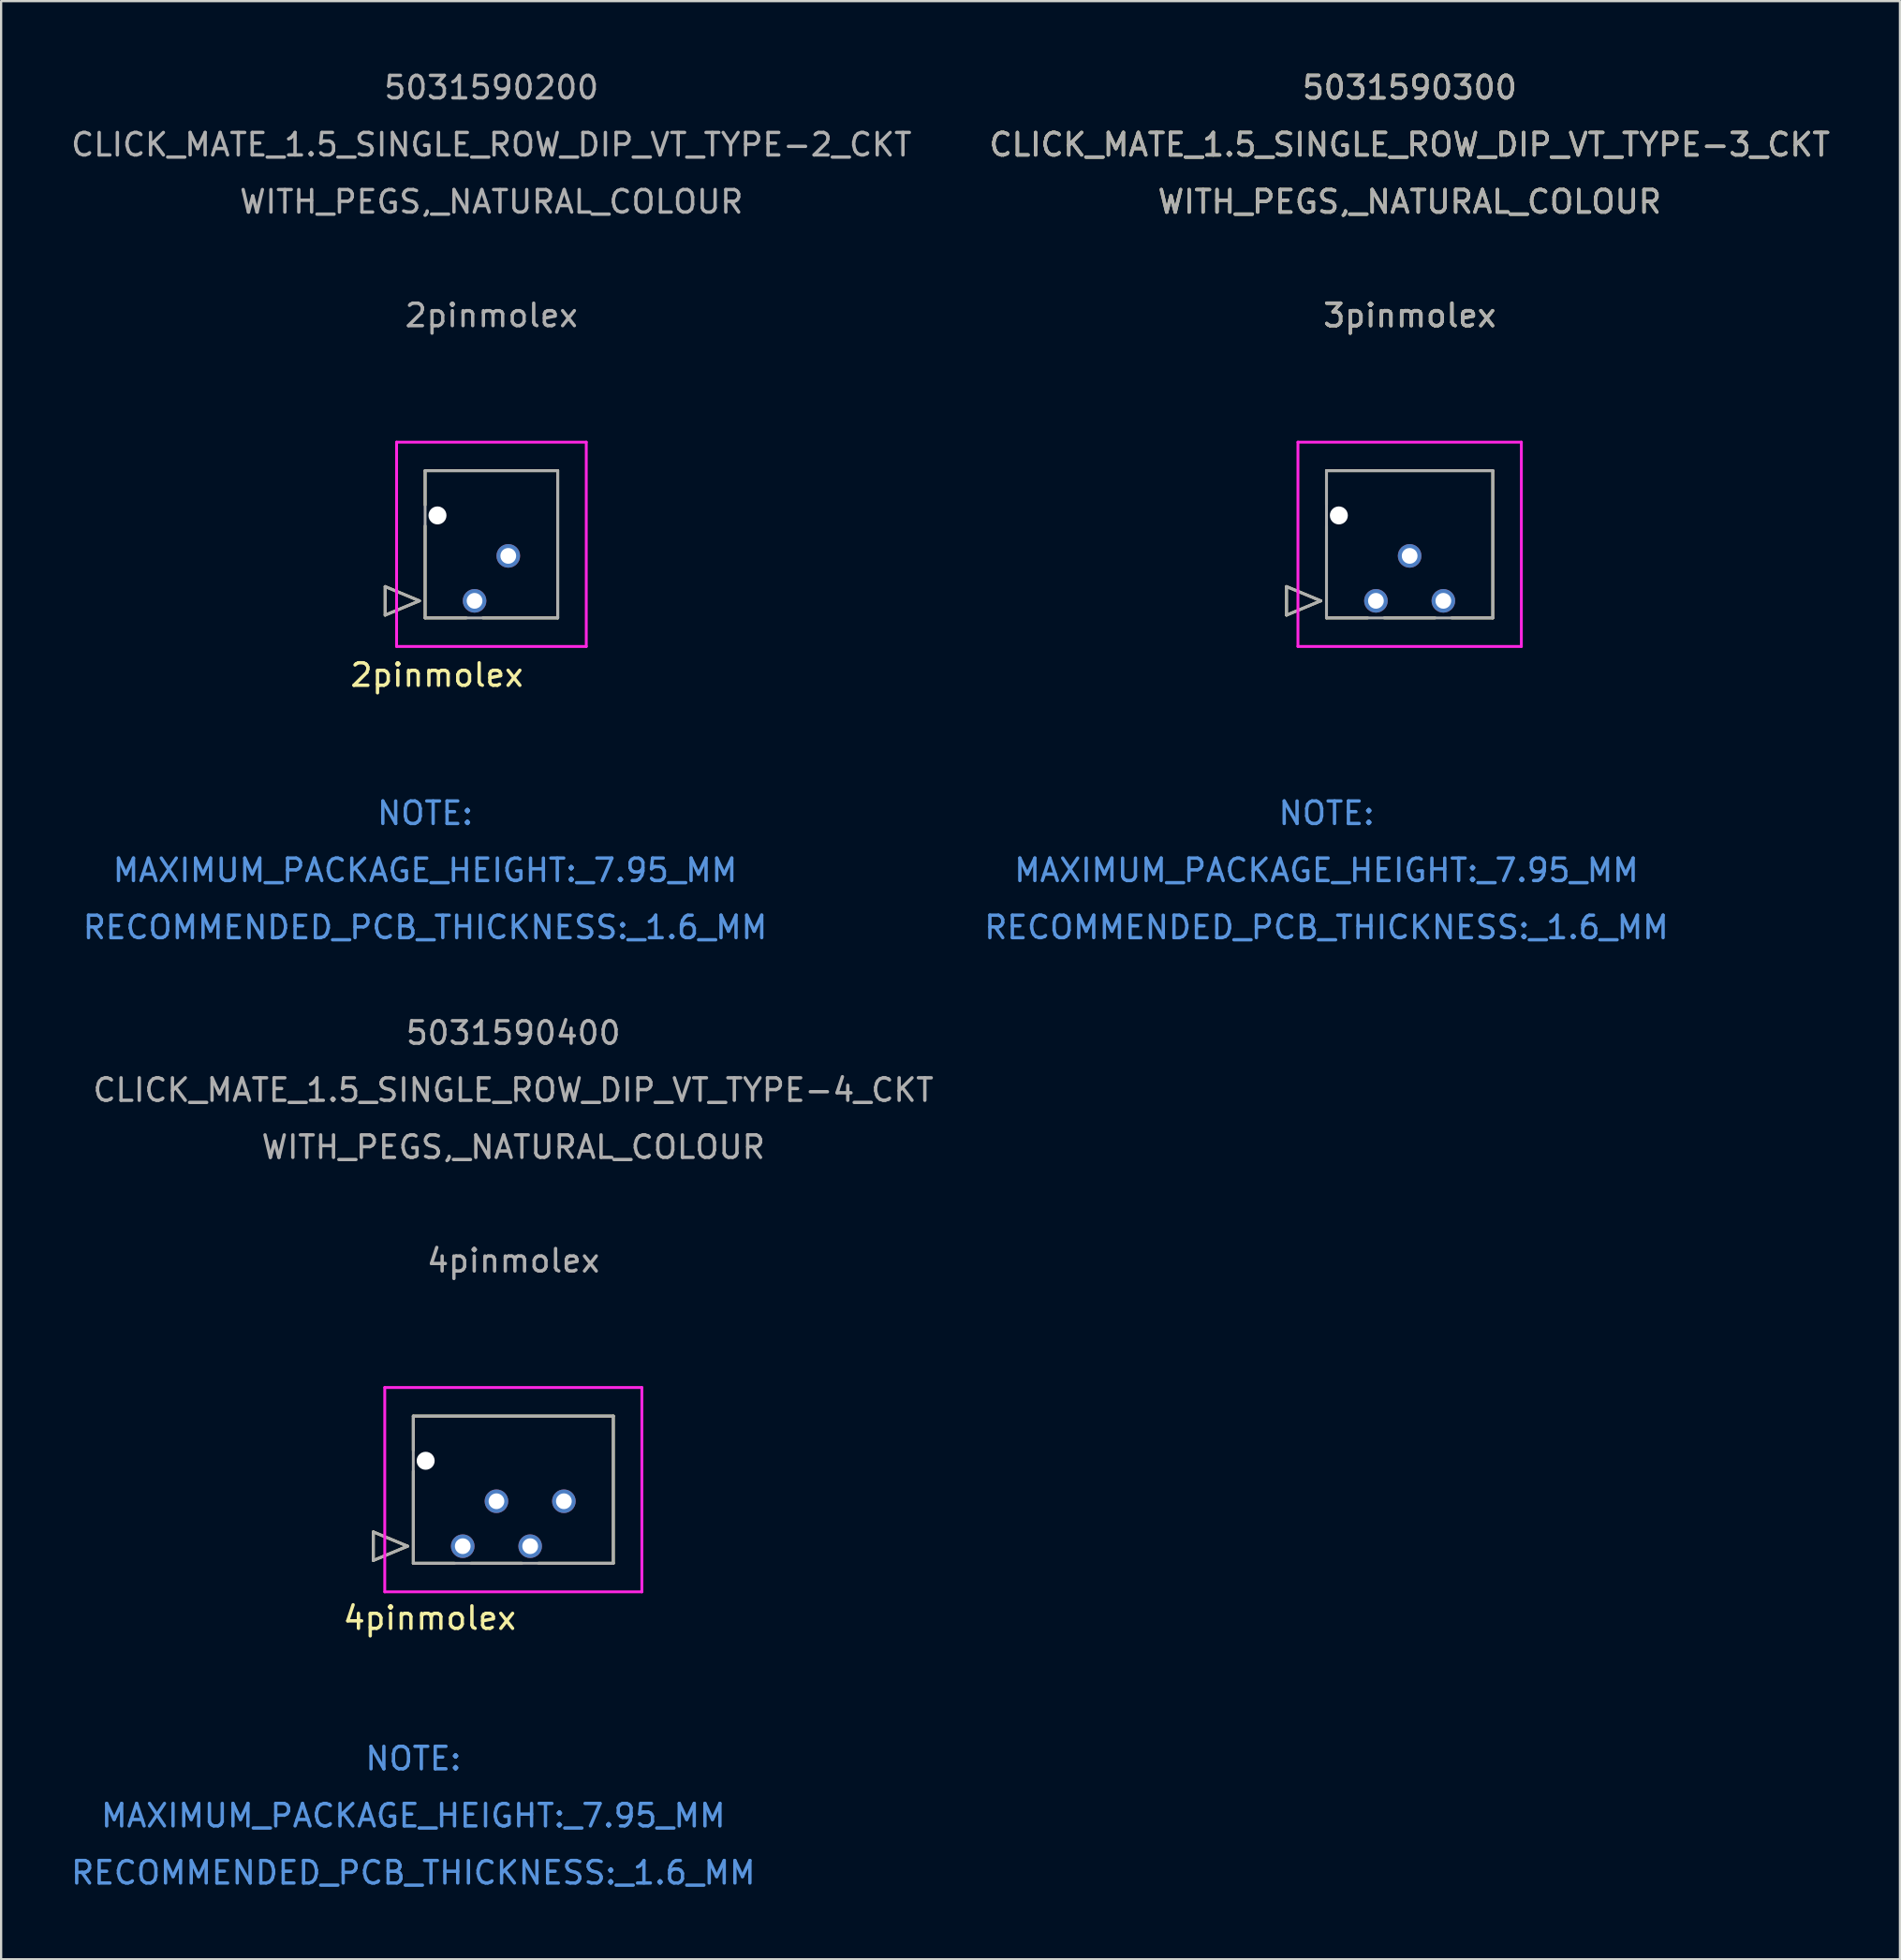
<source format=kicad_pcb>
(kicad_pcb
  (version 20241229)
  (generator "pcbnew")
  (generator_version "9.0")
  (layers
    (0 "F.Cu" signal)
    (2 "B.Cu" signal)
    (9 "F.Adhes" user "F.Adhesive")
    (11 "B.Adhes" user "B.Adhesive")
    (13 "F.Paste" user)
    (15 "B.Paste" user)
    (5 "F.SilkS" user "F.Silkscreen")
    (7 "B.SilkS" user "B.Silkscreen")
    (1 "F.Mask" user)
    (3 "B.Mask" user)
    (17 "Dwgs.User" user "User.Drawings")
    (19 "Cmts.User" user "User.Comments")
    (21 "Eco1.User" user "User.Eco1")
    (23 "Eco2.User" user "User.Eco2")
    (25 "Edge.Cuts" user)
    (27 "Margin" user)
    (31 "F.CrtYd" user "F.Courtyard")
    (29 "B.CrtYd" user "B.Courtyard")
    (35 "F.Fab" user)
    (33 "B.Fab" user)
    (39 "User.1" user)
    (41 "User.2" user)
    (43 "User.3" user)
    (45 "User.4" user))
  (footprint "3pinmolex"
    (layer "F.Cu")
    (at 58.17 23.683)
    (property "Reference" "3pinmolex" (at 1.5 -12.7 0) (unlocked yes) (layer "F.SilkS") (effects (font (size 1 1) (thickness 0.15))))
    (attr through_hole)
    (fp_line (start -3.978 -0.635) (end -2.454 0) (stroke (width 0.127) (type solid)) (layer "F.SilkS"))
    (fp_line (start -3.978 0.635) (end -3.978 -0.635) (stroke (width 0.127) (type solid)) (layer "F.SilkS"))
    (fp_line (start -2.454 0) (end -3.978 0.635) (stroke (width 0.127) (type solid)) (layer "F.SilkS"))
    (fp_line (start -2.2 -5.79) (end -2.2 -4.265) (stroke (width 0.127) (type solid)) (layer "F.SilkS"))
    (fp_line (start -2.2 -3.335) (end -2.2 0.76) (stroke (width 0.127) (type solid)) (layer "F.SilkS"))
    (fp_line (start -2.2 0.76) (end -0.369 0.76) (stroke (width 0.127) (type solid)) (layer "F.SilkS"))
    (fp_line (start 0.369 0.76) (end 2.631 0.76) (stroke (width 0.127) (type solid)) (layer "F.SilkS"))
    (fp_line (start 3.369 0.76) (end 5.2 0.76) (stroke (width 0.127) (type solid)) (layer "F.SilkS"))
    (fp_line (start 5.2 -5.79) (end -2.2 -5.79) (stroke (width 0.127) (type solid)) (layer "F.SilkS"))
    (fp_line (start 5.2 0.76) (end 5.2 -5.79) (stroke (width 0.127) (type solid)) (layer "F.SilkS"))
    (fp_line (start -3.47 -7.06) (end -3.47 2.03) (stroke (width 0.127) (type solid)) (layer "F.CrtYd"))
    (fp_line (start -3.47 2.03) (end 6.47 2.03) (stroke (width 0.127) (type solid)) (layer "F.CrtYd"))
    (fp_line (start 6.47 -7.06) (end -3.47 -7.06) (stroke (width 0.127) (type solid)) (layer "F.CrtYd"))
    (fp_line (start 6.47 2.03) (end 6.47 -7.06) (stroke (width 0.127) (type solid)) (layer "F.CrtYd"))
    (fp_line (start -3.978 -0.635) (end -2.454 0) (stroke (width 0.127) (type solid)) (layer "F.Fab"))
    (fp_line (start -3.978 0.635) (end -3.978 -0.635) (stroke (width 0.127) (type solid)) (layer "F.Fab"))
    (fp_line (start -2.454 0) (end -3.978 0.635) (stroke (width 0.127) (type solid)) (layer "F.Fab"))
    (fp_line (start -2.2 -5.79) (end -2.2 0.76) (stroke (width 0.127) (type solid)) (layer "F.Fab"))
    (fp_line (start -2.2 0.76) (end 5.2 0.76) (stroke (width 0.127) (type solid)) (layer "F.Fab"))
    (fp_line (start 5.2 -5.79) (end -2.2 -5.79) (stroke (width 0.127) (type solid)) (layer "F.Fab"))
    (fp_line (start 5.2 0.76) (end 5.2 -5.79) (stroke (width 0.127) (type solid)) (layer "F.Fab"))
    (fp_text user "CLICK_MATE_1.5_SINGLE_ROW_DIP_VT_TYPE-3_CKT" (at 1.5 -20.295 0) (unlocked yes) (layer "F.SilkS") (effects (font (size 1 1) (thickness 0.15))))
    (fp_text user "WITH_PEGS,_NATURAL_COLOUR" (at 1.5 -17.755 0) (unlocked yes) (layer "F.SilkS") (effects (font (size 1 1) (thickness 0.15))))
    (fp_text user "5031590300" (at 1.5 -22.835 0) (unlocked yes) (layer "F.SilkS") (effects (font (size 1 1) (thickness 0.15))))
    (fp_text user "RECOMMENDED_PCB_THICKNESS:_1.6_MM" (at -2.2 14.53 0) (unlocked yes) (layer "Cmts.User") (effects (font (size 1 1) (thickness 0.15))))
    (fp_text user "MAXIMUM_PACKAGE_HEIGHT:_7.95_MM" (at -2.2 11.99 0) (unlocked yes) (layer "Cmts.User") (effects (font (size 1 1) (thickness 0.15))))
    (fp_text user "NOTE:" (at -2.2 9.45 0) (unlocked yes) (layer "Cmts.User") (effects (font (size 1 1) (thickness 0.15))))
    (fp_text user "CLICK_MATE_1.5_SINGLE_ROW_DIP_VT_TYPE-3_CKT" (at 1.5 -20.295 0) (unlocked yes) (layer "F.Fab") (effects (font (size 1 1) (thickness 0.15))))
    (fp_text user "WITH_PEGS,_NATURAL_COLOUR" (at 1.5 -17.755 0) (unlocked yes) (layer "F.Fab") (effects (font (size 1 1) (thickness 0.15))))
    (fp_text user "5031590300" (at 1.5 -22.835 0) (unlocked yes) (layer "F.Fab") (effects (font (size 1 1) (thickness 0.15))))
    (fp_text user "${REFERENCE}" (at 1.5 -12.7 0) (unlocked yes) (layer "F.Fab") (effects (font (size 1 1) (thickness 0.15))))
    (pad "" np_thru_hole circle (at -1.65 -3.8) (size 0.8 0.8) (drill 0.8) (layers "*.Cu" "*.Mask"))
    (pad "1" thru_hole circle (at 0 0 90) (size 1.05 1.05) (drill 0.7) (layers "*.Cu" "*.Mask"))
    (pad "2" thru_hole circle (at 1.5 -2 90) (size 1.05 1.05) (drill 0.7) (layers "*.Cu" "*.Mask"))
    (pad "3" thru_hole circle (at 3 0 90) (size 1.05 1.05) (drill 0.7) (layers "*.Cu" "*.Mask")))
  (footprint "4pinmolex"
    (layer "F.Cu")
    (at 17.539 65.745)
    (property "Reference" "4pinmolex" (at -1.473 3.2 0) (unlocked yes) (layer "F.SilkS") (effects (font (size 1 1) (thickness 0.15))))
    (attr through_hole)
    (fp_line (start -3.978 -0.635) (end -2.454 0) (stroke (width 0.127) (type solid)) (layer "F.SilkS"))
    (fp_line (start -3.978 0.635) (end -3.978 -0.635) (stroke (width 0.127) (type solid)) (layer "F.SilkS"))
    (fp_line (start -2.454 0) (end -3.978 0.635) (stroke (width 0.127) (type solid)) (layer "F.SilkS"))
    (fp_line (start -2.2 -5.79) (end -2.2 -4.265) (stroke (width 0.127) (type solid)) (layer "F.SilkS"))
    (fp_line (start -2.2 -3.335) (end -2.2 0.76) (stroke (width 0.127) (type solid)) (layer "F.SilkS"))
    (fp_line (start -2.2 0.76) (end -0.369 0.76) (stroke (width 0.127) (type solid)) (layer "F.SilkS"))
    (fp_line (start 0.369 0.76) (end 2.631 0.76) (stroke (width 0.127) (type solid)) (layer "F.SilkS"))
    (fp_line (start 3.369 0.76) (end 6.7 0.76) (stroke (width 0.127) (type solid)) (layer "F.SilkS"))
    (fp_line (start 6.7 -5.79) (end -2.2 -5.79) (stroke (width 0.127) (type solid)) (layer "F.SilkS"))
    (fp_line (start 6.7 0.76) (end 6.7 -5.79) (stroke (width 0.127) (type solid)) (layer "F.SilkS"))
    (fp_line (start -3.47 -7.06) (end -3.47 2.03) (stroke (width 0.127) (type solid)) (layer "F.CrtYd"))
    (fp_line (start -3.47 2.03) (end 7.97 2.03) (stroke (width 0.127) (type solid)) (layer "F.CrtYd"))
    (fp_line (start 7.97 -7.06) (end -3.47 -7.06) (stroke (width 0.127) (type solid)) (layer "F.CrtYd"))
    (fp_line (start 7.97 2.03) (end 7.97 -7.06) (stroke (width 0.127) (type solid)) (layer "F.CrtYd"))
    (fp_line (start -3.978 -0.635) (end -2.454 0) (stroke (width 0.127) (type solid)) (layer "F.Fab"))
    (fp_line (start -3.978 0.635) (end -3.978 -0.635) (stroke (width 0.127) (type solid)) (layer "F.Fab"))
    (fp_line (start -2.454 0) (end -3.978 0.635) (stroke (width 0.127) (type solid)) (layer "F.Fab"))
    (fp_line (start -2.2 -5.79) (end -2.2 0.76) (stroke (width 0.127) (type solid)) (layer "F.Fab"))
    (fp_line (start -2.2 0.76) (end 6.7 0.76) (stroke (width 0.127) (type solid)) (layer "F.Fab"))
    (fp_line (start 6.7 -5.79) (end -2.2 -5.79) (stroke (width 0.127) (type solid)) (layer "F.Fab"))
    (fp_line (start 6.7 0.76) (end 6.7 -5.79) (stroke (width 0.127) (type solid)) (layer "F.Fab"))
    (fp_text user "RECOMMENDED_PCB_THICKNESS:_1.6_MM" (at -2.2 14.53 0) (unlocked yes) (layer "Cmts.User") (effects (font (size 1 1) (thickness 0.15))))
    (fp_text user "MAXIMUM_PACKAGE_HEIGHT:_7.95_MM" (at -2.2 11.99 0) (unlocked yes) (layer "Cmts.User") (effects (font (size 1 1) (thickness 0.15))))
    (fp_text user "NOTE:" (at -2.2 9.45 0) (unlocked yes) (layer "Cmts.User") (effects (font (size 1 1) (thickness 0.15))))
    (fp_text user "5031590400" (at 2.25 -22.835 0) (unlocked yes) (layer "F.Fab") (effects (font (size 1 1) (thickness 0.15))))
    (fp_text user "${REFERENCE}" (at 2.25 -12.7 0) (unlocked yes) (layer "F.Fab") (effects (font (size 1 1) (thickness 0.15))))
    (fp_text user "WITH_PEGS,_NATURAL_COLOUR" (at 2.25 -17.755 0) (unlocked yes) (layer "F.Fab") (effects (font (size 1 1) (thickness 0.15))))
    (fp_text user "CLICK_MATE_1.5_SINGLE_ROW_DIP_VT_TYPE-4_CKT" (at 2.25 -20.295 0) (unlocked yes) (layer "F.Fab") (effects (font (size 1 1) (thickness 0.15))))
    (pad "" np_thru_hole circle (at -1.65 -3.8) (size 0.8 0.8) (drill 0.8) (layers "*.Cu" "*.Mask"))
    (pad "1" thru_hole circle (at 0 0 90) (size 1.05 1.05) (drill 0.7) (layers "*.Cu" "*.Mask"))
    (pad "2" thru_hole circle (at 1.5 -2 90) (size 1.05 1.05) (drill 0.7) (layers "*.Cu" "*.Mask"))
    (pad "3" thru_hole circle (at 3 0 90) (size 1.05 1.05) (drill 0.7) (layers "*.Cu" "*.Mask"))
    (pad "4" thru_hole circle (at 4.5 -2 90) (size 1.05 1.05) (drill 0.7) (layers "*.Cu" "*.Mask")))
  (footprint "2pinmolex"
    (layer "F.Cu")
    (at 18.065 23.683)
    (property "Reference" "2pinmolex" (at -1.676 3.302 0) (unlocked yes) (layer "F.SilkS") (effects (font (size 1 1) (thickness 0.15))))
    (attr through_hole)
    (fp_line (start -3.978 -0.635) (end -2.454 0) (stroke (width 0.127) (type solid)) (layer "F.SilkS"))
    (fp_line (start -3.978 0.635) (end -3.978 -0.635) (stroke (width 0.127) (type solid)) (layer "F.SilkS"))
    (fp_line (start -2.454 0) (end -3.978 0.635) (stroke (width 0.127) (type solid)) (layer "F.SilkS"))
    (fp_line (start -2.2 -5.79) (end -2.2 -4.265) (stroke (width 0.127) (type solid)) (layer "F.SilkS"))
    (fp_line (start -2.2 -3.335) (end -2.2 0.76) (stroke (width 0.127) (type solid)) (layer "F.SilkS"))
    (fp_line (start -2.2 0.76) (end -0.369 0.76) (stroke (width 0.127) (type solid)) (layer "F.SilkS"))
    (fp_line (start 0.369 0.76) (end 3.7 0.76) (stroke (width 0.127) (type solid)) (layer "F.SilkS"))
    (fp_line (start 3.7 -5.79) (end -2.2 -5.79) (stroke (width 0.127) (type solid)) (layer "F.SilkS"))
    (fp_line (start 3.7 0.76) (end 3.7 -5.79) (stroke (width 0.127) (type solid)) (layer "F.SilkS"))
    (fp_line (start -3.47 -7.06) (end -3.47 2.03) (stroke (width 0.127) (type solid)) (layer "F.CrtYd"))
    (fp_line (start -3.47 2.03) (end 4.97 2.03) (stroke (width 0.127) (type solid)) (layer "F.CrtYd"))
    (fp_line (start 4.97 -7.06) (end -3.47 -7.06) (stroke (width 0.127) (type solid)) (layer "F.CrtYd"))
    (fp_line (start 4.97 2.03) (end 4.97 -7.06) (stroke (width 0.127) (type solid)) (layer "F.CrtYd"))
    (fp_line (start -3.978 -0.635) (end -2.454 0) (stroke (width 0.127) (type solid)) (layer "F.Fab"))
    (fp_line (start -3.978 0.635) (end -3.978 -0.635) (stroke (width 0.127) (type solid)) (layer "F.Fab"))
    (fp_line (start -2.454 0) (end -3.978 0.635) (stroke (width 0.127) (type solid)) (layer "F.Fab"))
    (fp_line (start -2.2 -5.79) (end -2.2 0.76) (stroke (width 0.127) (type solid)) (layer "F.Fab"))
    (fp_line (start -2.2 0.76) (end 3.7 0.76) (stroke (width 0.127) (type solid)) (layer "F.Fab"))
    (fp_line (start 3.7 -5.79) (end -2.2 -5.79) (stroke (width 0.127) (type solid)) (layer "F.Fab"))
    (fp_line (start 3.7 0.76) (end 3.7 -5.79) (stroke (width 0.127) (type solid)) (layer "F.Fab"))
    (fp_text user "MAXIMUM_PACKAGE_HEIGHT:_7.95_MM" (at -2.2 11.99 0) (unlocked yes) (layer "Cmts.User") (effects (font (size 1 1) (thickness 0.15))))
    (fp_text user "RECOMMENDED_PCB_THICKNESS:_1.6_MM" (at -2.2 14.53 0) (unlocked yes) (layer "Cmts.User") (effects (font (size 1 1) (thickness 0.15))))
    (fp_text user "NOTE:" (at -2.2 9.45 0) (unlocked yes) (layer "Cmts.User") (effects (font (size 1 1) (thickness 0.15))))
    (fp_text user "${REFERENCE}" (at 0.75 -12.7 0) (unlocked yes) (layer "F.Fab") (effects (font (size 1 1) (thickness 0.15))))
    (fp_text user "WITH_PEGS,_NATURAL_COLOUR" (at 0.75 -17.755 0) (unlocked yes) (layer "F.Fab") (effects (font (size 1 1) (thickness 0.15))))
    (fp_text user "CLICK_MATE_1.5_SINGLE_ROW_DIP_VT_TYPE-2_CKT" (at 0.75 -20.295 0) (unlocked yes) (layer "F.Fab") (effects (font (size 1 1) (thickness 0.15))))
    (fp_text user "5031590200" (at 0.75 -22.835 0) (unlocked yes) (layer "F.Fab") (effects (font (size 1 1) (thickness 0.15))))
    (pad "" np_thru_hole circle (at -1.65 -3.8) (size 0.8 0.8) (drill 0.8) (layers "*.Cu" "*.Mask"))
    (pad "1" thru_hole circle (at 0 0 90) (size 1.05 1.05) (drill 0.7) (layers "*.Cu" "*.Mask"))
    (pad "2" thru_hole circle (at 1.5 -2 90) (size 1.05 1.05) (drill 0.7) (layers "*.Cu" "*.Mask")))
  (gr_rect
    (start -3 -3)
    (end 81.486 84.123)
    (stroke (width 0.1) (type default))
    (fill no)
    (layer "Edge.Cuts")))
</source>
